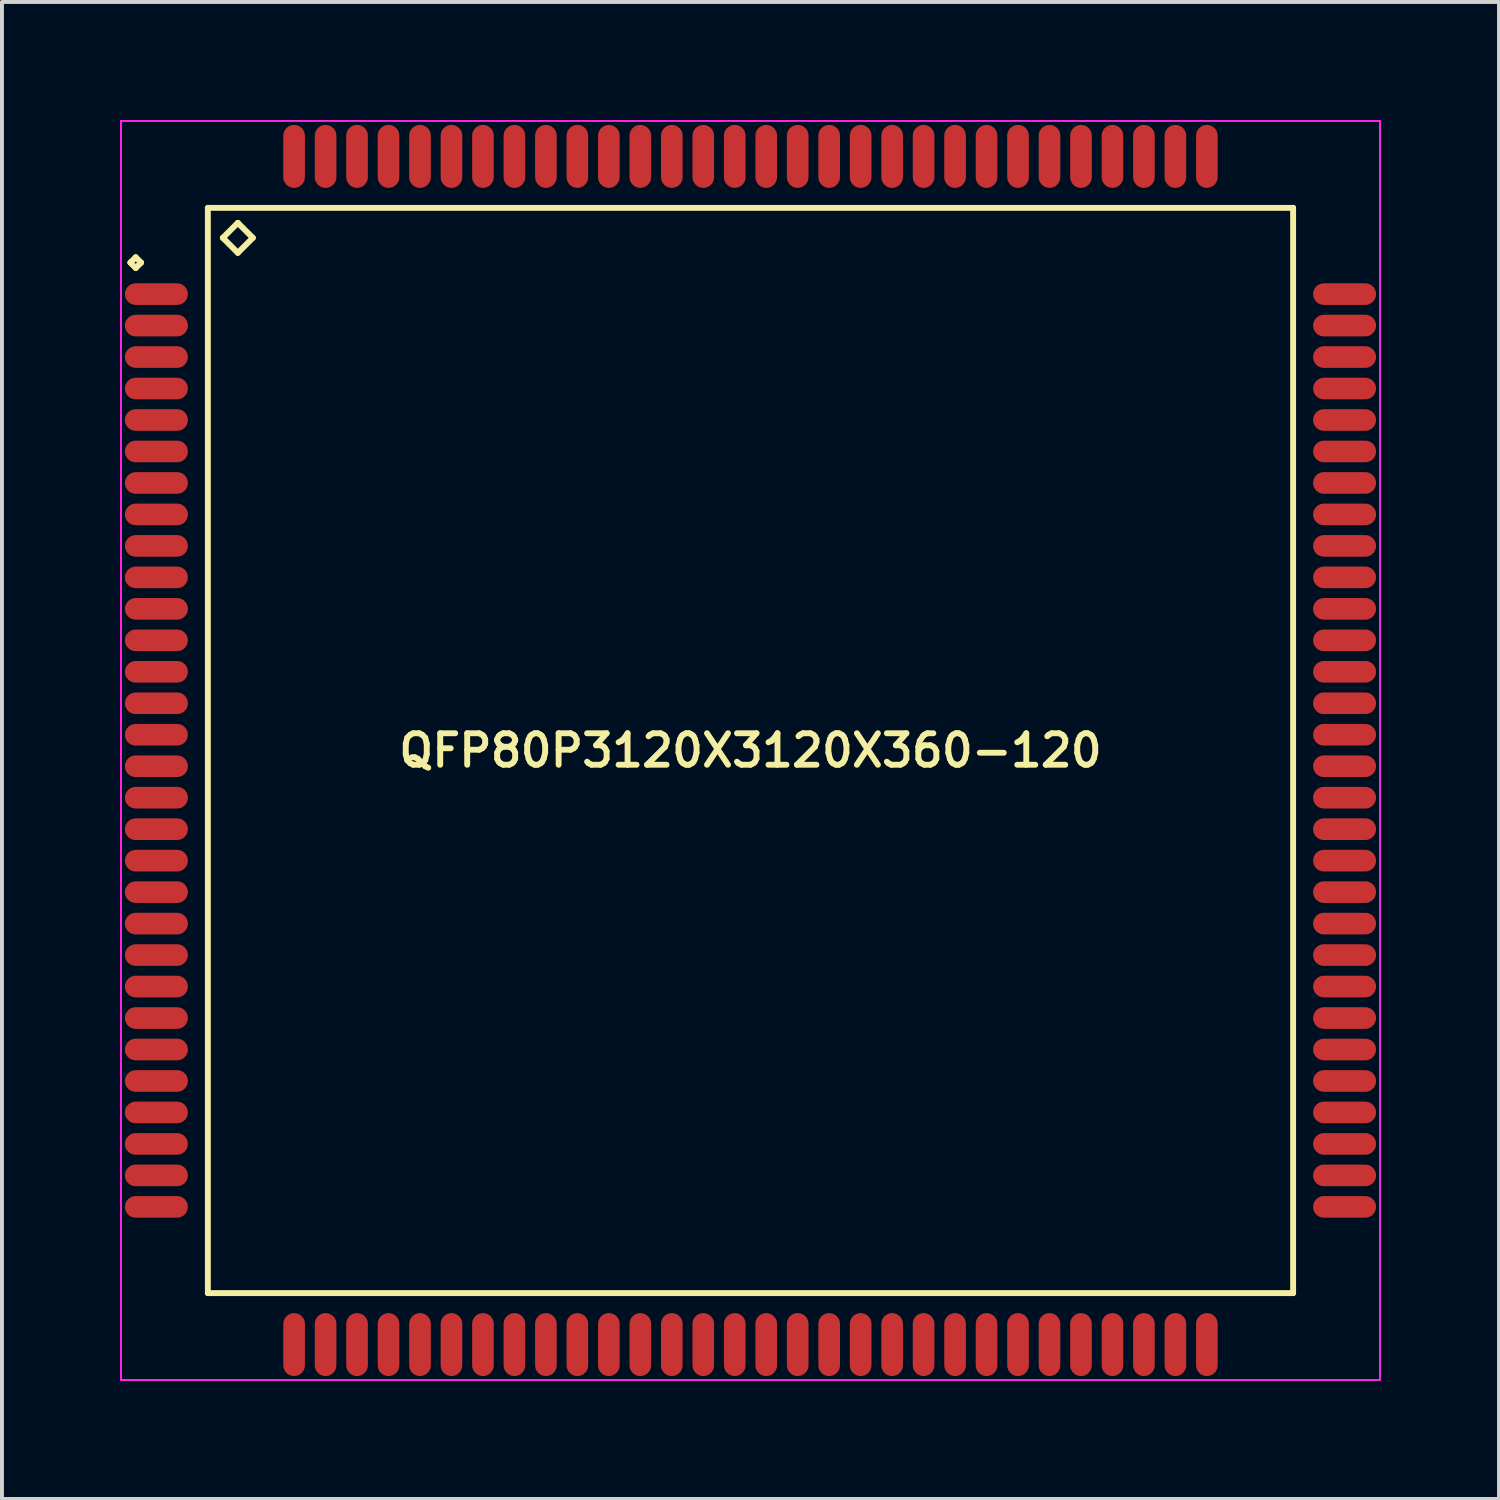
<source format=kicad_pcb>
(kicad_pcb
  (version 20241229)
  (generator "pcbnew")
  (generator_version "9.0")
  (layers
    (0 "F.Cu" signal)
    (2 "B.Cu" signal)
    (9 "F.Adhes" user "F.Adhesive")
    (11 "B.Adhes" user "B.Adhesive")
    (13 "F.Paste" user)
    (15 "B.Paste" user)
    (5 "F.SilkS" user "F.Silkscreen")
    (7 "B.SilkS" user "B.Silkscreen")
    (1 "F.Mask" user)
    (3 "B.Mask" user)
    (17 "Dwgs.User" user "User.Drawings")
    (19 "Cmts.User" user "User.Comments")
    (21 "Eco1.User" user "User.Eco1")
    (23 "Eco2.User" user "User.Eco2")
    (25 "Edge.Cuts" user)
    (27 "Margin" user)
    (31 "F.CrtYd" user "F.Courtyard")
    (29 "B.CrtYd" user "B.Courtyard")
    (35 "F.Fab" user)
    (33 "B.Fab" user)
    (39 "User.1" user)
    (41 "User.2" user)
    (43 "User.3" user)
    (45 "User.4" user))
  (footprint "QFP80P3120X3120X360-120"
    (layer "F.Cu")
    (at 16.025 16.025)
    (property "Reference" "QFP80P3120X3120X360-120" (at 0 0 0) (layer "F.SilkS") (effects (font (size 0.8 0.8) (thickness 0.15))))
    (attr smd)
    (fp_line (start -15.762 -12.4) (end -15.625 -12.537) (stroke (width 0.15) (type solid)) (layer "F.SilkS"))
    (fp_line (start -15.625 -12.537) (end -15.488 -12.4) (stroke (width 0.15) (type solid)) (layer "F.SilkS"))
    (fp_line (start -15.625 -12.262) (end -15.762 -12.4) (stroke (width 0.15) (type solid)) (layer "F.SilkS"))
    (fp_line (start -15.488 -12.4) (end -15.625 -12.262) (stroke (width 0.15) (type solid)) (layer "F.SilkS"))
    (fp_line (start -13.792 -13.792) (end -13.792 13.792) (stroke (width 0.15) (type solid)) (layer "F.SilkS"))
    (fp_line (start -13.792 13.792) (end 13.792 13.792) (stroke (width 0.15) (type solid)) (layer "F.SilkS"))
    (fp_line (start -13.411 -13.03) (end -13.03 -13.411) (stroke (width 0.15) (type solid)) (layer "F.SilkS"))
    (fp_line (start -13.03 -13.411) (end -12.649 -13.03) (stroke (width 0.15) (type solid)) (layer "F.SilkS"))
    (fp_line (start -13.03 -12.649) (end -13.411 -13.03) (stroke (width 0.15) (type solid)) (layer "F.SilkS"))
    (fp_line (start -12.649 -13.03) (end -13.03 -12.649) (stroke (width 0.15) (type solid)) (layer "F.SilkS"))
    (fp_line (start 13.792 -13.792) (end -13.792 -13.792) (stroke (width 0.15) (type solid)) (layer "F.SilkS"))
    (fp_line (start 13.792 13.792) (end 13.792 -13.792) (stroke (width 0.15) (type solid)) (layer "F.SilkS"))
    (fp_line (start -16 -16) (end 16 -16) (stroke (width 0.05) (type solid)) (layer "F.CrtYd"))
    (fp_line (start -16 16) (end -16 -16) (stroke (width 0.05) (type solid)) (layer "F.CrtYd"))
    (fp_line (start 16 -16) (end 16 16) (stroke (width 0.05) (type solid)) (layer "F.CrtYd"))
    (fp_line (start 16 16) (end -16 16) (stroke (width 0.05) (type solid)) (layer "F.CrtYd"))
    (pad "1" smd oval (at -15.1 -11.6) (size 1.6 0.55) (layers "F.Cu" "F.Mask" "F.Paste"))
    (pad "2" smd oval (at -15.1 -10.8) (size 1.6 0.55) (layers "F.Cu" "F.Mask" "F.Paste"))
    (pad "3" smd oval (at -15.1 -10) (size 1.6 0.55) (layers "F.Cu" "F.Mask" "F.Paste"))
    (pad "4" smd oval (at -15.1 -9.2) (size 1.6 0.55) (layers "F.Cu" "F.Mask" "F.Paste"))
    (pad "5" smd oval (at -15.1 -8.4) (size 1.6 0.55) (layers "F.Cu" "F.Mask" "F.Paste"))
    (pad "6" smd oval (at -15.1 -7.6) (size 1.6 0.55) (layers "F.Cu" "F.Mask" "F.Paste"))
    (pad "7" smd oval (at -15.1 -6.8) (size 1.6 0.55) (layers "F.Cu" "F.Mask" "F.Paste"))
    (pad "8" smd oval (at -15.1 -6) (size 1.6 0.55) (layers "F.Cu" "F.Mask" "F.Paste"))
    (pad "9" smd oval (at -15.1 -5.2) (size 1.6 0.55) (layers "F.Cu" "F.Mask" "F.Paste"))
    (pad "10" smd oval (at -15.1 -4.4) (size 1.6 0.55) (layers "F.Cu" "F.Mask" "F.Paste"))
    (pad "11" smd oval (at -15.1 -3.6) (size 1.6 0.55) (layers "F.Cu" "F.Mask" "F.Paste"))
    (pad "12" smd oval (at -15.1 -2.8) (size 1.6 0.55) (layers "F.Cu" "F.Mask" "F.Paste"))
    (pad "13" smd oval (at -15.1 -2) (size 1.6 0.55) (layers "F.Cu" "F.Mask" "F.Paste"))
    (pad "14" smd oval (at -15.1 -1.2) (size 1.6 0.55) (layers "F.Cu" "F.Mask" "F.Paste"))
    (pad "15" smd oval (at -15.1 -0.4) (size 1.6 0.55) (layers "F.Cu" "F.Mask" "F.Paste"))
    (pad "16" smd oval (at -15.1 0.4) (size 1.6 0.55) (layers "F.Cu" "F.Mask" "F.Paste"))
    (pad "17" smd oval (at -15.1 1.2) (size 1.6 0.55) (layers "F.Cu" "F.Mask" "F.Paste"))
    (pad "18" smd oval (at -15.1 2) (size 1.6 0.55) (layers "F.Cu" "F.Mask" "F.Paste"))
    (pad "19" smd oval (at -15.1 2.8) (size 1.6 0.55) (layers "F.Cu" "F.Mask" "F.Paste"))
    (pad "20" smd oval (at -15.1 3.6) (size 1.6 0.55) (layers "F.Cu" "F.Mask" "F.Paste"))
    (pad "21" smd oval (at -15.1 4.4) (size 1.6 0.55) (layers "F.Cu" "F.Mask" "F.Paste"))
    (pad "22" smd oval (at -15.1 5.2) (size 1.6 0.55) (layers "F.Cu" "F.Mask" "F.Paste"))
    (pad "23" smd oval (at -15.1 6) (size 1.6 0.55) (layers "F.Cu" "F.Mask" "F.Paste"))
    (pad "24" smd oval (at -15.1 6.8) (size 1.6 0.55) (layers "F.Cu" "F.Mask" "F.Paste"))
    (pad "25" smd oval (at -15.1 7.6) (size 1.6 0.55) (layers "F.Cu" "F.Mask" "F.Paste"))
    (pad "26" smd oval (at -15.1 8.4) (size 1.6 0.55) (layers "F.Cu" "F.Mask" "F.Paste"))
    (pad "27" smd oval (at -15.1 9.2) (size 1.6 0.55) (layers "F.Cu" "F.Mask" "F.Paste"))
    (pad "28" smd oval (at -15.1 10) (size 1.6 0.55) (layers "F.Cu" "F.Mask" "F.Paste"))
    (pad "29" smd oval (at -15.1 10.8) (size 1.6 0.55) (layers "F.Cu" "F.Mask" "F.Paste"))
    (pad "30" smd oval (at -15.1 11.6) (size 1.6 0.55) (layers "F.Cu" "F.Mask" "F.Paste"))
    (pad "31" smd oval (at -11.6 15.1) (size 0.55 1.6) (layers "F.Cu" "F.Mask" "F.Paste"))
    (pad "32" smd oval (at -10.8 15.1) (size 0.55 1.6) (layers "F.Cu" "F.Mask" "F.Paste"))
    (pad "33" smd oval (at -10 15.1) (size 0.55 1.6) (layers "F.Cu" "F.Mask" "F.Paste"))
    (pad "34" smd oval (at -9.2 15.1) (size 0.55 1.6) (layers "F.Cu" "F.Mask" "F.Paste"))
    (pad "35" smd oval (at -8.4 15.1) (size 0.55 1.6) (layers "F.Cu" "F.Mask" "F.Paste"))
    (pad "36" smd oval (at -7.6 15.1) (size 0.55 1.6) (layers "F.Cu" "F.Mask" "F.Paste"))
    (pad "37" smd oval (at -6.8 15.1) (size 0.55 1.6) (layers "F.Cu" "F.Mask" "F.Paste"))
    (pad "38" smd oval (at -6 15.1) (size 0.55 1.6) (layers "F.Cu" "F.Mask" "F.Paste"))
    (pad "39" smd oval (at -5.2 15.1) (size 0.55 1.6) (layers "F.Cu" "F.Mask" "F.Paste"))
    (pad "40" smd oval (at -4.4 15.1) (size 0.55 1.6) (layers "F.Cu" "F.Mask" "F.Paste"))
    (pad "41" smd oval (at -3.6 15.1) (size 0.55 1.6) (layers "F.Cu" "F.Mask" "F.Paste"))
    (pad "42" smd oval (at -2.8 15.1) (size 0.55 1.6) (layers "F.Cu" "F.Mask" "F.Paste"))
    (pad "43" smd oval (at -2 15.1) (size 0.55 1.6) (layers "F.Cu" "F.Mask" "F.Paste"))
    (pad "44" smd oval (at -1.2 15.1) (size 0.55 1.6) (layers "F.Cu" "F.Mask" "F.Paste"))
    (pad "45" smd oval (at -0.4 15.1) (size 0.55 1.6) (layers "F.Cu" "F.Mask" "F.Paste"))
    (pad "46" smd oval (at 0.4 15.1) (size 0.55 1.6) (layers "F.Cu" "F.Mask" "F.Paste"))
    (pad "47" smd oval (at 1.2 15.1) (size 0.55 1.6) (layers "F.Cu" "F.Mask" "F.Paste"))
    (pad "48" smd oval (at 2 15.1) (size 0.55 1.6) (layers "F.Cu" "F.Mask" "F.Paste"))
    (pad "49" smd oval (at 2.8 15.1) (size 0.55 1.6) (layers "F.Cu" "F.Mask" "F.Paste"))
    (pad "50" smd oval (at 3.6 15.1) (size 0.55 1.6) (layers "F.Cu" "F.Mask" "F.Paste"))
    (pad "51" smd oval (at 4.4 15.1) (size 0.55 1.6) (layers "F.Cu" "F.Mask" "F.Paste"))
    (pad "52" smd oval (at 5.2 15.1) (size 0.55 1.6) (layers "F.Cu" "F.Mask" "F.Paste"))
    (pad "53" smd oval (at 6 15.1) (size 0.55 1.6) (layers "F.Cu" "F.Mask" "F.Paste"))
    (pad "54" smd oval (at 6.8 15.1) (size 0.55 1.6) (layers "F.Cu" "F.Mask" "F.Paste"))
    (pad "55" smd oval (at 7.6 15.1) (size 0.55 1.6) (layers "F.Cu" "F.Mask" "F.Paste"))
    (pad "56" smd oval (at 8.4 15.1) (size 0.55 1.6) (layers "F.Cu" "F.Mask" "F.Paste"))
    (pad "57" smd oval (at 9.2 15.1) (size 0.55 1.6) (layers "F.Cu" "F.Mask" "F.Paste"))
    (pad "58" smd oval (at 10 15.1) (size 0.55 1.6) (layers "F.Cu" "F.Mask" "F.Paste"))
    (pad "59" smd oval (at 10.8 15.1) (size 0.55 1.6) (layers "F.Cu" "F.Mask" "F.Paste"))
    (pad "60" smd oval (at 11.6 15.1) (size 0.55 1.6) (layers "F.Cu" "F.Mask" "F.Paste"))
    (pad "61" smd oval (at 15.1 11.6) (size 1.6 0.55) (layers "F.Cu" "F.Mask" "F.Paste"))
    (pad "62" smd oval (at 15.1 10.8) (size 1.6 0.55) (layers "F.Cu" "F.Mask" "F.Paste"))
    (pad "63" smd oval (at 15.1 10) (size 1.6 0.55) (layers "F.Cu" "F.Mask" "F.Paste"))
    (pad "64" smd oval (at 15.1 9.2) (size 1.6 0.55) (layers "F.Cu" "F.Mask" "F.Paste"))
    (pad "65" smd oval (at 15.1 8.4) (size 1.6 0.55) (layers "F.Cu" "F.Mask" "F.Paste"))
    (pad "66" smd oval (at 15.1 7.6) (size 1.6 0.55) (layers "F.Cu" "F.Mask" "F.Paste"))
    (pad "67" smd oval (at 15.1 6.8) (size 1.6 0.55) (layers "F.Cu" "F.Mask" "F.Paste"))
    (pad "68" smd oval (at 15.1 6) (size 1.6 0.55) (layers "F.Cu" "F.Mask" "F.Paste"))
    (pad "69" smd oval (at 15.1 5.2) (size 1.6 0.55) (layers "F.Cu" "F.Mask" "F.Paste"))
    (pad "70" smd oval (at 15.1 4.4) (size 1.6 0.55) (layers "F.Cu" "F.Mask" "F.Paste"))
    (pad "71" smd oval (at 15.1 3.6) (size 1.6 0.55) (layers "F.Cu" "F.Mask" "F.Paste"))
    (pad "72" smd oval (at 15.1 2.8) (size 1.6 0.55) (layers "F.Cu" "F.Mask" "F.Paste"))
    (pad "73" smd oval (at 15.1 2) (size 1.6 0.55) (layers "F.Cu" "F.Mask" "F.Paste"))
    (pad "74" smd oval (at 15.1 1.2) (size 1.6 0.55) (layers "F.Cu" "F.Mask" "F.Paste"))
    (pad "75" smd oval (at 15.1 0.4) (size 1.6 0.55) (layers "F.Cu" "F.Mask" "F.Paste"))
    (pad "76" smd oval (at 15.1 -0.4) (size 1.6 0.55) (layers "F.Cu" "F.Mask" "F.Paste"))
    (pad "77" smd oval (at 15.1 -1.2) (size 1.6 0.55) (layers "F.Cu" "F.Mask" "F.Paste"))
    (pad "78" smd oval (at 15.1 -2) (size 1.6 0.55) (layers "F.Cu" "F.Mask" "F.Paste"))
    (pad "79" smd oval (at 15.1 -2.8) (size 1.6 0.55) (layers "F.Cu" "F.Mask" "F.Paste"))
    (pad "80" smd oval (at 15.1 -3.6) (size 1.6 0.55) (layers "F.Cu" "F.Mask" "F.Paste"))
    (pad "81" smd oval (at 15.1 -4.4) (size 1.6 0.55) (layers "F.Cu" "F.Mask" "F.Paste"))
    (pad "82" smd oval (at 15.1 -5.2) (size 1.6 0.55) (layers "F.Cu" "F.Mask" "F.Paste"))
    (pad "83" smd oval (at 15.1 -6) (size 1.6 0.55) (layers "F.Cu" "F.Mask" "F.Paste"))
    (pad "84" smd oval (at 15.1 -6.8) (size 1.6 0.55) (layers "F.Cu" "F.Mask" "F.Paste"))
    (pad "85" smd oval (at 15.1 -7.6) (size 1.6 0.55) (layers "F.Cu" "F.Mask" "F.Paste"))
    (pad "86" smd oval (at 15.1 -8.4) (size 1.6 0.55) (layers "F.Cu" "F.Mask" "F.Paste"))
    (pad "87" smd oval (at 15.1 -9.2) (size 1.6 0.55) (layers "F.Cu" "F.Mask" "F.Paste"))
    (pad "88" smd oval (at 15.1 -10) (size 1.6 0.55) (layers "F.Cu" "F.Mask" "F.Paste"))
    (pad "89" smd oval (at 15.1 -10.8) (size 1.6 0.55) (layers "F.Cu" "F.Mask" "F.Paste"))
    (pad "90" smd oval (at 15.1 -11.6) (size 1.6 0.55) (layers "F.Cu" "F.Mask" "F.Paste"))
    (pad "91" smd oval (at 11.6 -15.1) (size 0.55 1.6) (layers "F.Cu" "F.Mask" "F.Paste"))
    (pad "92" smd oval (at 10.8 -15.1) (size 0.55 1.6) (layers "F.Cu" "F.Mask" "F.Paste"))
    (pad "93" smd oval (at 10 -15.1) (size 0.55 1.6) (layers "F.Cu" "F.Mask" "F.Paste"))
    (pad "94" smd oval (at 9.2 -15.1) (size 0.55 1.6) (layers "F.Cu" "F.Mask" "F.Paste"))
    (pad "95" smd oval (at 8.4 -15.1) (size 0.55 1.6) (layers "F.Cu" "F.Mask" "F.Paste"))
    (pad "96" smd oval (at 7.6 -15.1) (size 0.55 1.6) (layers "F.Cu" "F.Mask" "F.Paste"))
    (pad "97" smd oval (at 6.8 -15.1) (size 0.55 1.6) (layers "F.Cu" "F.Mask" "F.Paste"))
    (pad "98" smd oval (at 6 -15.1) (size 0.55 1.6) (layers "F.Cu" "F.Mask" "F.Paste"))
    (pad "99" smd oval (at 5.2 -15.1) (size 0.55 1.6) (layers "F.Cu" "F.Mask" "F.Paste"))
    (pad "100" smd oval (at 4.4 -15.1) (size 0.55 1.6) (layers "F.Cu" "F.Mask" "F.Paste"))
    (pad "101" smd oval (at 3.6 -15.1) (size 0.55 1.6) (layers "F.Cu" "F.Mask" "F.Paste"))
    (pad "102" smd oval (at 2.8 -15.1) (size 0.55 1.6) (layers "F.Cu" "F.Mask" "F.Paste"))
    (pad "103" smd oval (at 2 -15.1) (size 0.55 1.6) (layers "F.Cu" "F.Mask" "F.Paste"))
    (pad "104" smd oval (at 1.2 -15.1) (size 0.55 1.6) (layers "F.Cu" "F.Mask" "F.Paste"))
    (pad "105" smd oval (at 0.4 -15.1) (size 0.55 1.6) (layers "F.Cu" "F.Mask" "F.Paste"))
    (pad "106" smd oval (at -0.4 -15.1) (size 0.55 1.6) (layers "F.Cu" "F.Mask" "F.Paste"))
    (pad "107" smd oval (at -1.2 -15.1) (size 0.55 1.6) (layers "F.Cu" "F.Mask" "F.Paste"))
    (pad "108" smd oval (at -2 -15.1) (size 0.55 1.6) (layers "F.Cu" "F.Mask" "F.Paste"))
    (pad "109" smd oval (at -2.8 -15.1) (size 0.55 1.6) (layers "F.Cu" "F.Mask" "F.Paste"))
    (pad "110" smd oval (at -3.6 -15.1) (size 0.55 1.6) (layers "F.Cu" "F.Mask" "F.Paste"))
    (pad "111" smd oval (at -4.4 -15.1) (size 0.55 1.6) (layers "F.Cu" "F.Mask" "F.Paste"))
    (pad "112" smd oval (at -5.2 -15.1) (size 0.55 1.6) (layers "F.Cu" "F.Mask" "F.Paste"))
    (pad "113" smd oval (at -6 -15.1) (size 0.55 1.6) (layers "F.Cu" "F.Mask" "F.Paste"))
    (pad "114" smd oval (at -6.8 -15.1) (size 0.55 1.6) (layers "F.Cu" "F.Mask" "F.Paste"))
    (pad "115" smd oval (at -7.6 -15.1) (size 0.55 1.6) (layers "F.Cu" "F.Mask" "F.Paste"))
    (pad "116" smd oval (at -8.4 -15.1) (size 0.55 1.6) (layers "F.Cu" "F.Mask" "F.Paste"))
    (pad "117" smd oval (at -9.2 -15.1) (size 0.55 1.6) (layers "F.Cu" "F.Mask" "F.Paste"))
    (pad "118" smd oval (at -10 -15.1) (size 0.55 1.6) (layers "F.Cu" "F.Mask" "F.Paste"))
    (pad "119" smd oval (at -10.8 -15.1) (size 0.55 1.6) (layers "F.Cu" "F.Mask" "F.Paste"))
    (pad "120" smd oval (at -11.6 -15.1) (size 0.55 1.6) (layers "F.Cu" "F.Mask" "F.Paste")))
  (gr_rect
    (start -3 -3)
    (end 35.05 35.05)
    (stroke (width 0.1) (type default))
    (fill no)
    (layer "Edge.Cuts")))
</source>
